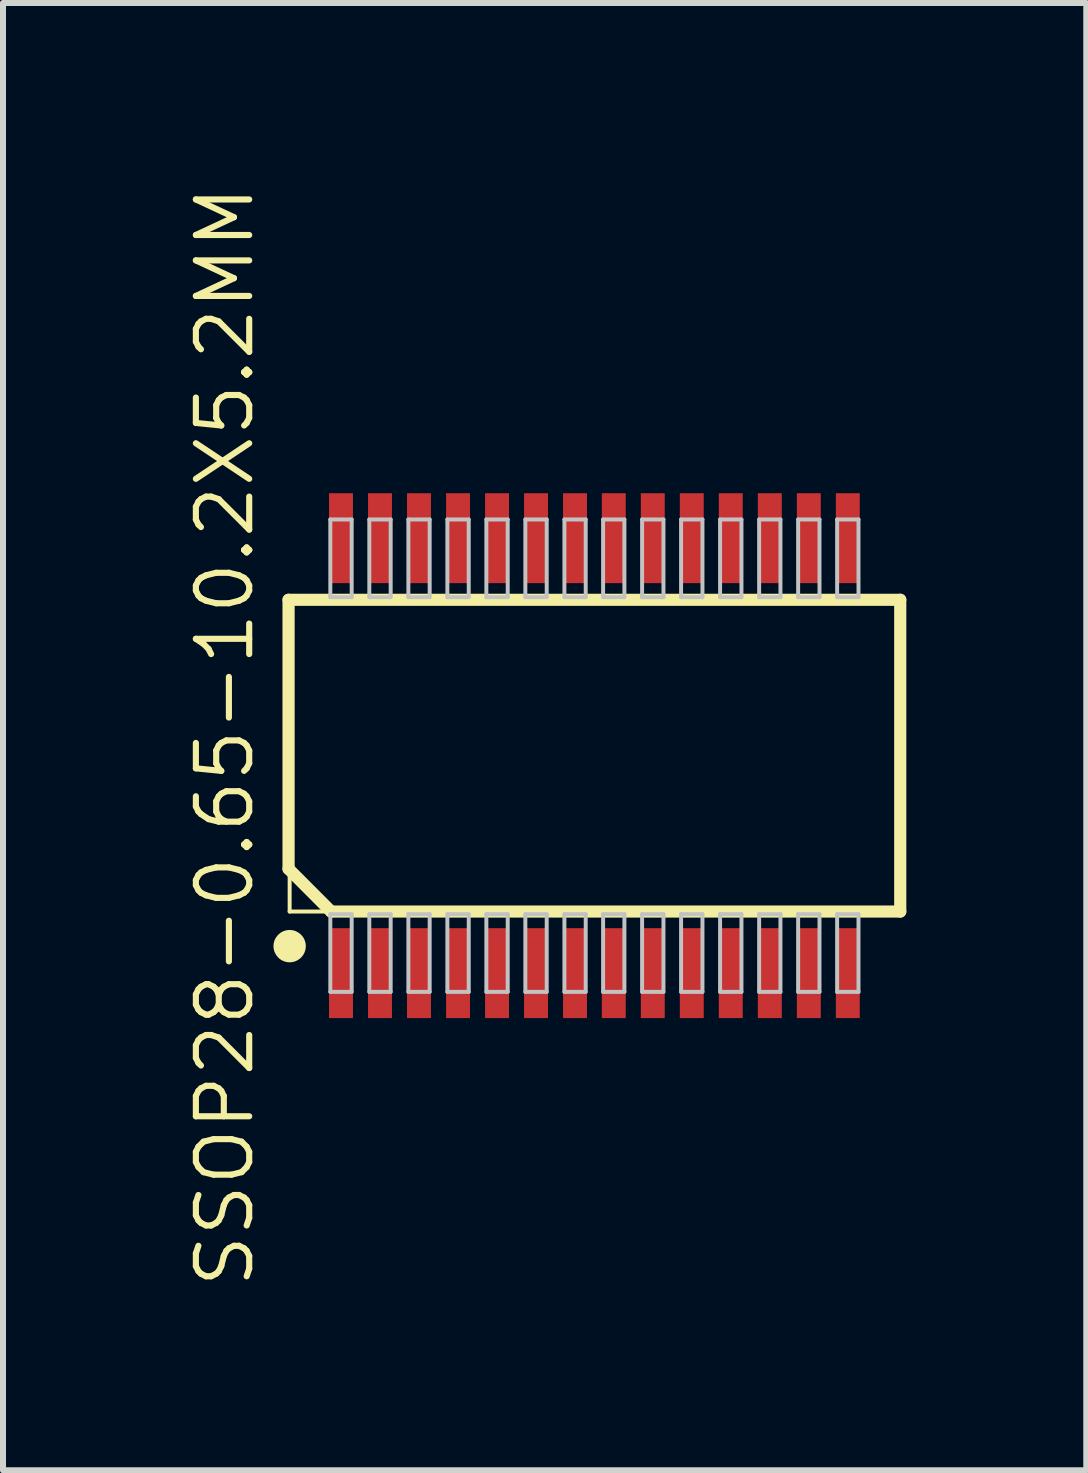
<source format=kicad_pcb>
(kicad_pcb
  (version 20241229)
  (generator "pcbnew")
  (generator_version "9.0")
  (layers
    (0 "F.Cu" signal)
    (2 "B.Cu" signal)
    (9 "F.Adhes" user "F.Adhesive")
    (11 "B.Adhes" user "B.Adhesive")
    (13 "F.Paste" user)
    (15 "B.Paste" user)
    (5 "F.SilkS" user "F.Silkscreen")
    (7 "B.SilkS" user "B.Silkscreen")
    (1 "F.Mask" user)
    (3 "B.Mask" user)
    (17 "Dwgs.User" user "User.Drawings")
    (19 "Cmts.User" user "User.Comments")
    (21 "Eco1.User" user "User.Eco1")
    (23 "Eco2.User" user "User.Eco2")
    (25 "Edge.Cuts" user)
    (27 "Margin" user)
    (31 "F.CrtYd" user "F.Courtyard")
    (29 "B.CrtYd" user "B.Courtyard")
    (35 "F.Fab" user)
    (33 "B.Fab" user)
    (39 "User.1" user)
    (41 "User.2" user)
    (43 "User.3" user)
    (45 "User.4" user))
  (footprint "SSOP28-0.65-10.2X5.2MM"
    (layer "F.Cu")
    (at 6.858 9.546)
    (property "Reference" "SSOP28-0.65-10.2X5.2MM" (at -6.16 -0.318 90) (layer "F.SilkS") (effects (font (size 0.889 0.889) (thickness 0.102))))
    (attr smd)
    (fp_line (start -5.098 -2.598) (end -5.098 1.887) (stroke (width 0.203) (type solid)) (layer "F.SilkS"))
    (fp_line (start -5.098 1.887) (end -4.389 2.598) (stroke (width 0.203) (type solid)) (layer "F.SilkS"))
    (fp_line (start -5.08 -2.598) (end 5.08 -2.598) (stroke (width 0.066) (type solid)) (layer "F.SilkS"))
    (fp_line (start -5.08 2.598) (end -5.08 -2.598) (stroke (width 0.066) (type solid)) (layer "F.SilkS"))
    (fp_line (start -5.08 2.598) (end 5.08 2.598) (stroke (width 0.066) (type solid)) (layer "F.SilkS"))
    (fp_line (start -4.389 2.598) (end 5.098 2.598) (stroke (width 0.203) (type solid)) (layer "F.SilkS"))
    (fp_line (start 5.08 2.598) (end 5.08 -2.598) (stroke (width 0.066) (type solid)) (layer "F.SilkS"))
    (fp_line (start 5.098 -2.598) (end -5.098 -2.598) (stroke (width 0.203) (type solid)) (layer "F.SilkS"))
    (fp_line (start 5.098 2.598) (end 5.098 -2.598) (stroke (width 0.203) (type solid)) (layer "F.SilkS"))
    (fp_circle (center -5.08 3.175) (end -5.271 3.365) (stroke (width 0) (type solid)) (fill yes) (layer "F.SilkS"))
    (fp_line (start -4.402 -3.937) (end -4.046 -3.937) (stroke (width 0.066) (type solid)) (layer "Dwgs.User"))
    (fp_line (start -4.402 -2.642) (end -4.402 -3.937) (stroke (width 0.066) (type solid)) (layer "Dwgs.User"))
    (fp_line (start -4.402 -2.642) (end -4.046 -2.642) (stroke (width 0.066) (type solid)) (layer "Dwgs.User"))
    (fp_line (start -4.402 2.642) (end -4.046 2.642) (stroke (width 0.066) (type solid)) (layer "Dwgs.User"))
    (fp_line (start -4.402 3.937) (end -4.402 2.642) (stroke (width 0.066) (type solid)) (layer "Dwgs.User"))
    (fp_line (start -4.402 3.937) (end -4.046 3.937) (stroke (width 0.066) (type solid)) (layer "Dwgs.User"))
    (fp_line (start -4.046 -2.642) (end -4.046 -3.937) (stroke (width 0.066) (type solid)) (layer "Dwgs.User"))
    (fp_line (start -4.046 3.937) (end -4.046 2.642) (stroke (width 0.066) (type solid)) (layer "Dwgs.User"))
    (fp_line (start -3.752 -3.937) (end -3.396 -3.937) (stroke (width 0.066) (type solid)) (layer "Dwgs.User"))
    (fp_line (start -3.752 -2.642) (end -3.752 -3.937) (stroke (width 0.066) (type solid)) (layer "Dwgs.User"))
    (fp_line (start -3.752 -2.642) (end -3.396 -2.642) (stroke (width 0.066) (type solid)) (layer "Dwgs.User"))
    (fp_line (start -3.752 2.642) (end -3.396 2.642) (stroke (width 0.066) (type solid)) (layer "Dwgs.User"))
    (fp_line (start -3.752 3.937) (end -3.752 2.642) (stroke (width 0.066) (type solid)) (layer "Dwgs.User"))
    (fp_line (start -3.752 3.937) (end -3.396 3.937) (stroke (width 0.066) (type solid)) (layer "Dwgs.User"))
    (fp_line (start -3.396 -2.642) (end -3.396 -3.937) (stroke (width 0.066) (type solid)) (layer "Dwgs.User"))
    (fp_line (start -3.396 3.937) (end -3.396 2.642) (stroke (width 0.066) (type solid)) (layer "Dwgs.User"))
    (fp_line (start -3.101 -3.937) (end -2.746 -3.937) (stroke (width 0.066) (type solid)) (layer "Dwgs.User"))
    (fp_line (start -3.101 -2.642) (end -3.101 -3.937) (stroke (width 0.066) (type solid)) (layer "Dwgs.User"))
    (fp_line (start -3.101 -2.642) (end -2.746 -2.642) (stroke (width 0.066) (type solid)) (layer "Dwgs.User"))
    (fp_line (start -3.101 2.642) (end -2.746 2.642) (stroke (width 0.066) (type solid)) (layer "Dwgs.User"))
    (fp_line (start -3.101 3.937) (end -3.101 2.642) (stroke (width 0.066) (type solid)) (layer "Dwgs.User"))
    (fp_line (start -3.101 3.937) (end -2.746 3.937) (stroke (width 0.066) (type solid)) (layer "Dwgs.User"))
    (fp_line (start -2.746 -2.642) (end -2.746 -3.937) (stroke (width 0.066) (type solid)) (layer "Dwgs.User"))
    (fp_line (start -2.746 3.937) (end -2.746 2.642) (stroke (width 0.066) (type solid)) (layer "Dwgs.User"))
    (fp_line (start -2.451 -3.937) (end -2.095 -3.937) (stroke (width 0.066) (type solid)) (layer "Dwgs.User"))
    (fp_line (start -2.451 -2.642) (end -2.451 -3.937) (stroke (width 0.066) (type solid)) (layer "Dwgs.User"))
    (fp_line (start -2.451 -2.642) (end -2.095 -2.642) (stroke (width 0.066) (type solid)) (layer "Dwgs.User"))
    (fp_line (start -2.451 2.642) (end -2.095 2.642) (stroke (width 0.066) (type solid)) (layer "Dwgs.User"))
    (fp_line (start -2.451 3.937) (end -2.451 2.642) (stroke (width 0.066) (type solid)) (layer "Dwgs.User"))
    (fp_line (start -2.451 3.937) (end -2.095 3.937) (stroke (width 0.066) (type solid)) (layer "Dwgs.User"))
    (fp_line (start -2.095 -2.642) (end -2.095 -3.937) (stroke (width 0.066) (type solid)) (layer "Dwgs.User"))
    (fp_line (start -2.095 3.937) (end -2.095 2.642) (stroke (width 0.066) (type solid)) (layer "Dwgs.User"))
    (fp_line (start -1.801 -3.937) (end -1.445 -3.937) (stroke (width 0.066) (type solid)) (layer "Dwgs.User"))
    (fp_line (start -1.801 -2.642) (end -1.801 -3.937) (stroke (width 0.066) (type solid)) (layer "Dwgs.User"))
    (fp_line (start -1.801 -2.642) (end -1.445 -2.642) (stroke (width 0.066) (type solid)) (layer "Dwgs.User"))
    (fp_line (start -1.801 2.642) (end -1.445 2.642) (stroke (width 0.066) (type solid)) (layer "Dwgs.User"))
    (fp_line (start -1.801 3.937) (end -1.801 2.642) (stroke (width 0.066) (type solid)) (layer "Dwgs.User"))
    (fp_line (start -1.801 3.937) (end -1.445 3.937) (stroke (width 0.066) (type solid)) (layer "Dwgs.User"))
    (fp_line (start -1.445 -2.642) (end -1.445 -3.937) (stroke (width 0.066) (type solid)) (layer "Dwgs.User"))
    (fp_line (start -1.445 3.937) (end -1.445 2.642) (stroke (width 0.066) (type solid)) (layer "Dwgs.User"))
    (fp_line (start -1.151 -3.937) (end -0.795 -3.937) (stroke (width 0.066) (type solid)) (layer "Dwgs.User"))
    (fp_line (start -1.151 -2.642) (end -1.151 -3.937) (stroke (width 0.066) (type solid)) (layer "Dwgs.User"))
    (fp_line (start -1.151 -2.642) (end -0.795 -2.642) (stroke (width 0.066) (type solid)) (layer "Dwgs.User"))
    (fp_line (start -1.151 2.642) (end -0.795 2.642) (stroke (width 0.066) (type solid)) (layer "Dwgs.User"))
    (fp_line (start -1.151 3.937) (end -1.151 2.642) (stroke (width 0.066) (type solid)) (layer "Dwgs.User"))
    (fp_line (start -1.151 3.937) (end -0.795 3.937) (stroke (width 0.066) (type solid)) (layer "Dwgs.User"))
    (fp_line (start -0.795 -2.642) (end -0.795 -3.937) (stroke (width 0.066) (type solid)) (layer "Dwgs.User"))
    (fp_line (start -0.795 3.937) (end -0.795 2.642) (stroke (width 0.066) (type solid)) (layer "Dwgs.User"))
    (fp_line (start -0.5 -3.937) (end -0.145 -3.937) (stroke (width 0.066) (type solid)) (layer "Dwgs.User"))
    (fp_line (start -0.5 -2.642) (end -0.5 -3.937) (stroke (width 0.066) (type solid)) (layer "Dwgs.User"))
    (fp_line (start -0.5 -2.642) (end -0.145 -2.642) (stroke (width 0.066) (type solid)) (layer "Dwgs.User"))
    (fp_line (start -0.5 2.642) (end -0.145 2.642) (stroke (width 0.066) (type solid)) (layer "Dwgs.User"))
    (fp_line (start -0.5 3.937) (end -0.5 2.642) (stroke (width 0.066) (type solid)) (layer "Dwgs.User"))
    (fp_line (start -0.5 3.937) (end -0.145 3.937) (stroke (width 0.066) (type solid)) (layer "Dwgs.User"))
    (fp_line (start -0.145 -2.642) (end -0.145 -3.937) (stroke (width 0.066) (type solid)) (layer "Dwgs.User"))
    (fp_line (start -0.145 3.937) (end -0.145 2.642) (stroke (width 0.066) (type solid)) (layer "Dwgs.User"))
    (fp_line (start 0.145 -3.937) (end 0.5 -3.937) (stroke (width 0.066) (type solid)) (layer "Dwgs.User"))
    (fp_line (start 0.145 -2.642) (end 0.145 -3.937) (stroke (width 0.066) (type solid)) (layer "Dwgs.User"))
    (fp_line (start 0.145 -2.642) (end 0.5 -2.642) (stroke (width 0.066) (type solid)) (layer "Dwgs.User"))
    (fp_line (start 0.145 2.642) (end 0.5 2.642) (stroke (width 0.066) (type solid)) (layer "Dwgs.User"))
    (fp_line (start 0.145 3.937) (end 0.145 2.642) (stroke (width 0.066) (type solid)) (layer "Dwgs.User"))
    (fp_line (start 0.145 3.937) (end 0.5 3.937) (stroke (width 0.066) (type solid)) (layer "Dwgs.User"))
    (fp_line (start 0.5 -2.642) (end 0.5 -3.937) (stroke (width 0.066) (type solid)) (layer "Dwgs.User"))
    (fp_line (start 0.5 3.937) (end 0.5 2.642) (stroke (width 0.066) (type solid)) (layer "Dwgs.User"))
    (fp_line (start 0.795 -3.937) (end 1.151 -3.937) (stroke (width 0.066) (type solid)) (layer "Dwgs.User"))
    (fp_line (start 0.795 -2.642) (end 0.795 -3.937) (stroke (width 0.066) (type solid)) (layer "Dwgs.User"))
    (fp_line (start 0.795 -2.642) (end 1.151 -2.642) (stroke (width 0.066) (type solid)) (layer "Dwgs.User"))
    (fp_line (start 0.795 2.642) (end 1.151 2.642) (stroke (width 0.066) (type solid)) (layer "Dwgs.User"))
    (fp_line (start 0.795 3.937) (end 0.795 2.642) (stroke (width 0.066) (type solid)) (layer "Dwgs.User"))
    (fp_line (start 0.795 3.937) (end 1.151 3.937) (stroke (width 0.066) (type solid)) (layer "Dwgs.User"))
    (fp_line (start 1.151 -2.642) (end 1.151 -3.937) (stroke (width 0.066) (type solid)) (layer "Dwgs.User"))
    (fp_line (start 1.151 3.937) (end 1.151 2.642) (stroke (width 0.066) (type solid)) (layer "Dwgs.User"))
    (fp_line (start 1.445 -3.937) (end 1.801 -3.937) (stroke (width 0.066) (type solid)) (layer "Dwgs.User"))
    (fp_line (start 1.445 -2.642) (end 1.445 -3.937) (stroke (width 0.066) (type solid)) (layer "Dwgs.User"))
    (fp_line (start 1.445 -2.642) (end 1.801 -2.642) (stroke (width 0.066) (type solid)) (layer "Dwgs.User"))
    (fp_line (start 1.445 2.642) (end 1.801 2.642) (stroke (width 0.066) (type solid)) (layer "Dwgs.User"))
    (fp_line (start 1.445 3.937) (end 1.445 2.642) (stroke (width 0.066) (type solid)) (layer "Dwgs.User"))
    (fp_line (start 1.445 3.937) (end 1.801 3.937) (stroke (width 0.066) (type solid)) (layer "Dwgs.User"))
    (fp_line (start 1.801 -2.642) (end 1.801 -3.937) (stroke (width 0.066) (type solid)) (layer "Dwgs.User"))
    (fp_line (start 1.801 3.937) (end 1.801 2.642) (stroke (width 0.066) (type solid)) (layer "Dwgs.User"))
    (fp_line (start 2.095 -3.937) (end 2.451 -3.937) (stroke (width 0.066) (type solid)) (layer "Dwgs.User"))
    (fp_line (start 2.095 -2.642) (end 2.095 -3.937) (stroke (width 0.066) (type solid)) (layer "Dwgs.User"))
    (fp_line (start 2.095 -2.642) (end 2.451 -2.642) (stroke (width 0.066) (type solid)) (layer "Dwgs.User"))
    (fp_line (start 2.095 2.642) (end 2.451 2.642) (stroke (width 0.066) (type solid)) (layer "Dwgs.User"))
    (fp_line (start 2.095 3.937) (end 2.095 2.642) (stroke (width 0.066) (type solid)) (layer "Dwgs.User"))
    (fp_line (start 2.095 3.937) (end 2.451 3.937) (stroke (width 0.066) (type solid)) (layer "Dwgs.User"))
    (fp_line (start 2.451 -2.642) (end 2.451 -3.937) (stroke (width 0.066) (type solid)) (layer "Dwgs.User"))
    (fp_line (start 2.451 3.937) (end 2.451 2.642) (stroke (width 0.066) (type solid)) (layer "Dwgs.User"))
    (fp_line (start 2.746 -3.937) (end 3.101 -3.937) (stroke (width 0.066) (type solid)) (layer "Dwgs.User"))
    (fp_line (start 2.746 -2.642) (end 2.746 -3.937) (stroke (width 0.066) (type solid)) (layer "Dwgs.User"))
    (fp_line (start 2.746 -2.642) (end 3.101 -2.642) (stroke (width 0.066) (type solid)) (layer "Dwgs.User"))
    (fp_line (start 2.746 2.642) (end 3.101 2.642) (stroke (width 0.066) (type solid)) (layer "Dwgs.User"))
    (fp_line (start 2.746 3.937) (end 2.746 2.642) (stroke (width 0.066) (type solid)) (layer "Dwgs.User"))
    (fp_line (start 2.746 3.937) (end 3.101 3.937) (stroke (width 0.066) (type solid)) (layer "Dwgs.User"))
    (fp_line (start 3.101 -2.642) (end 3.101 -3.937) (stroke (width 0.066) (type solid)) (layer "Dwgs.User"))
    (fp_line (start 3.101 3.937) (end 3.101 2.642) (stroke (width 0.066) (type solid)) (layer "Dwgs.User"))
    (fp_line (start 3.396 -3.937) (end 3.752 -3.937) (stroke (width 0.066) (type solid)) (layer "Dwgs.User"))
    (fp_line (start 3.396 -2.642) (end 3.396 -3.937) (stroke (width 0.066) (type solid)) (layer "Dwgs.User"))
    (fp_line (start 3.396 -2.642) (end 3.752 -2.642) (stroke (width 0.066) (type solid)) (layer "Dwgs.User"))
    (fp_line (start 3.396 2.642) (end 3.752 2.642) (stroke (width 0.066) (type solid)) (layer "Dwgs.User"))
    (fp_line (start 3.396 3.937) (end 3.396 2.642) (stroke (width 0.066) (type solid)) (layer "Dwgs.User"))
    (fp_line (start 3.396 3.937) (end 3.752 3.937) (stroke (width 0.066) (type solid)) (layer "Dwgs.User"))
    (fp_line (start 3.752 -2.642) (end 3.752 -3.937) (stroke (width 0.066) (type solid)) (layer "Dwgs.User"))
    (fp_line (start 3.752 3.937) (end 3.752 2.642) (stroke (width 0.066) (type solid)) (layer "Dwgs.User"))
    (fp_line (start 4.046 -3.937) (end 4.402 -3.937) (stroke (width 0.066) (type solid)) (layer "Dwgs.User"))
    (fp_line (start 4.046 -2.642) (end 4.046 -3.937) (stroke (width 0.066) (type solid)) (layer "Dwgs.User"))
    (fp_line (start 4.046 -2.642) (end 4.402 -2.642) (stroke (width 0.066) (type solid)) (layer "Dwgs.User"))
    (fp_line (start 4.046 2.642) (end 4.402 2.642) (stroke (width 0.066) (type solid)) (layer "Dwgs.User"))
    (fp_line (start 4.046 3.937) (end 4.046 2.642) (stroke (width 0.066) (type solid)) (layer "Dwgs.User"))
    (fp_line (start 4.046 3.937) (end 4.402 3.937) (stroke (width 0.066) (type solid)) (layer "Dwgs.User"))
    (fp_line (start 4.402 -2.642) (end 4.402 -3.937) (stroke (width 0.066) (type solid)) (layer "Dwgs.User"))
    (fp_line (start 4.402 3.937) (end 4.402 2.642) (stroke (width 0.066) (type solid)) (layer "Dwgs.User"))
    (pad "1" smd rect (at -4.224 3.625) (size 0.399 1.499) (layers "F.Cu" "F.Mask" "F.Paste"))
    (pad "2" smd rect (at -3.574 3.625) (size 0.399 1.499) (layers "F.Cu" "F.Mask" "F.Paste"))
    (pad "3" smd rect (at -2.924 3.625) (size 0.399 1.499) (layers "F.Cu" "F.Mask" "F.Paste"))
    (pad "4" smd rect (at -2.273 3.625) (size 0.399 1.499) (layers "F.Cu" "F.Mask" "F.Paste"))
    (pad "5" smd rect (at -1.623 3.625) (size 0.399 1.499) (layers "F.Cu" "F.Mask" "F.Paste"))
    (pad "6" smd rect (at -0.973 3.625) (size 0.399 1.499) (layers "F.Cu" "F.Mask" "F.Paste"))
    (pad "7" smd rect (at -0.323 3.625) (size 0.399 1.499) (layers "F.Cu" "F.Mask" "F.Paste"))
    (pad "8" smd rect (at 0.323 3.625) (size 0.399 1.499) (layers "F.Cu" "F.Mask" "F.Paste"))
    (pad "9" smd rect (at 0.973 3.625) (size 0.399 1.499) (layers "F.Cu" "F.Mask" "F.Paste"))
    (pad "10" smd rect (at 1.623 3.625) (size 0.399 1.499) (layers "F.Cu" "F.Mask" "F.Paste"))
    (pad "11" smd rect (at 2.273 3.625) (size 0.399 1.499) (layers "F.Cu" "F.Mask" "F.Paste"))
    (pad "12" smd rect (at 2.924 3.625) (size 0.399 1.499) (layers "F.Cu" "F.Mask" "F.Paste"))
    (pad "13" smd rect (at 3.574 3.625) (size 0.399 1.499) (layers "F.Cu" "F.Mask" "F.Paste"))
    (pad "14" smd rect (at 4.224 3.625) (size 0.399 1.499) (layers "F.Cu" "F.Mask" "F.Paste"))
    (pad "15" smd rect (at 4.224 -3.625) (size 0.399 1.499) (layers "F.Cu" "F.Mask" "F.Paste"))
    (pad "16" smd rect (at 3.574 -3.625) (size 0.399 1.499) (layers "F.Cu" "F.Mask" "F.Paste"))
    (pad "17" smd rect (at 2.924 -3.625) (size 0.399 1.499) (layers "F.Cu" "F.Mask" "F.Paste"))
    (pad "18" smd rect (at 2.273 -3.625) (size 0.399 1.499) (layers "F.Cu" "F.Mask" "F.Paste"))
    (pad "19" smd rect (at 1.623 -3.625) (size 0.399 1.499) (layers "F.Cu" "F.Mask" "F.Paste"))
    (pad "20" smd rect (at 0.973 -3.625) (size 0.399 1.499) (layers "F.Cu" "F.Mask" "F.Paste"))
    (pad "21" smd rect (at 0.323 -3.625) (size 0.399 1.499) (layers "F.Cu" "F.Mask" "F.Paste"))
    (pad "22" smd rect (at -0.323 -3.625) (size 0.399 1.499) (layers "F.Cu" "F.Mask" "F.Paste"))
    (pad "23" smd rect (at -0.973 -3.625) (size 0.399 1.499) (layers "F.Cu" "F.Mask" "F.Paste"))
    (pad "24" smd rect (at -1.623 -3.625) (size 0.399 1.499) (layers "F.Cu" "F.Mask" "F.Paste"))
    (pad "25" smd rect (at -2.273 -3.625) (size 0.399 1.499) (layers "F.Cu" "F.Mask" "F.Paste"))
    (pad "26" smd rect (at -2.924 -3.625) (size 0.399 1.499) (layers "F.Cu" "F.Mask" "F.Paste"))
    (pad "27" smd rect (at -3.574 -3.625) (size 0.399 1.499) (layers "F.Cu" "F.Mask" "F.Paste"))
    (pad "28" smd rect (at -4.224 -3.625) (size 0.399 1.499) (layers "F.Cu" "F.Mask" "F.Paste")))
  (gr_rect
    (start -3 -3)
    (end 15.057 21.457)
    (stroke (width 0.1) (type default))
    (fill no)
    (layer "Edge.Cuts")))
</source>
